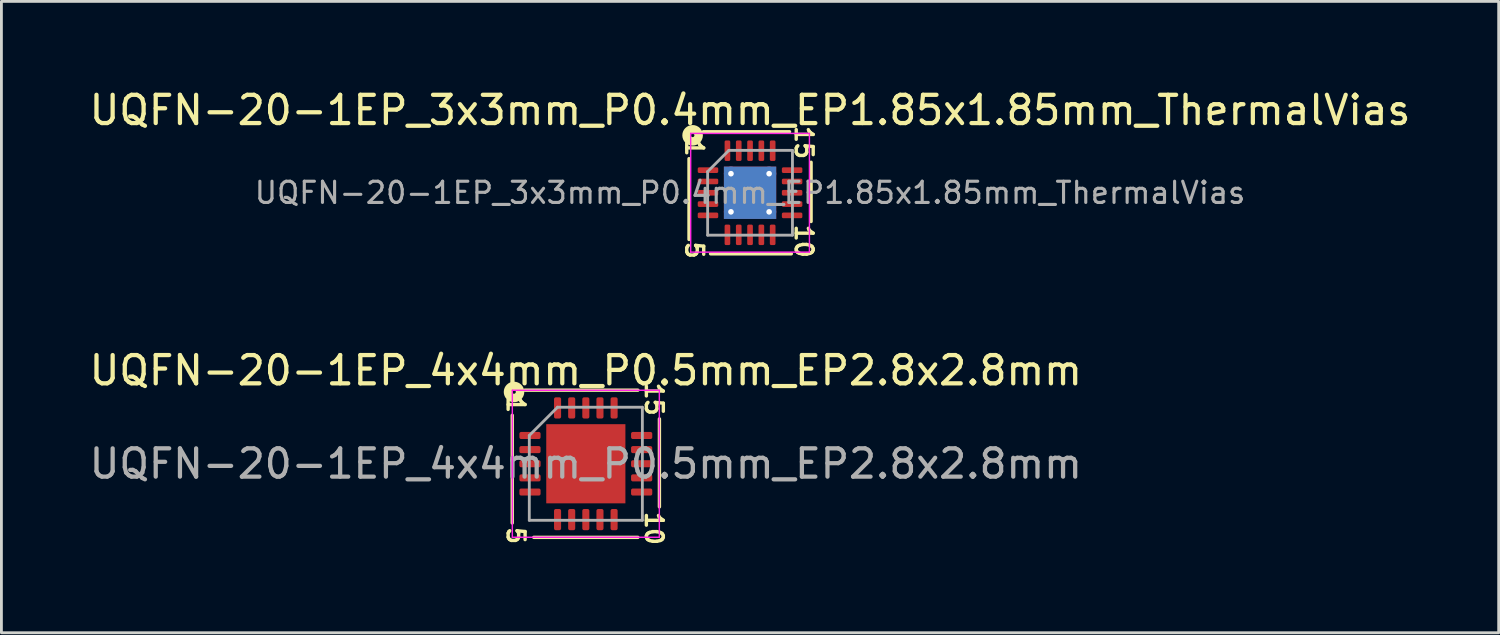
<source format=kicad_pcb>
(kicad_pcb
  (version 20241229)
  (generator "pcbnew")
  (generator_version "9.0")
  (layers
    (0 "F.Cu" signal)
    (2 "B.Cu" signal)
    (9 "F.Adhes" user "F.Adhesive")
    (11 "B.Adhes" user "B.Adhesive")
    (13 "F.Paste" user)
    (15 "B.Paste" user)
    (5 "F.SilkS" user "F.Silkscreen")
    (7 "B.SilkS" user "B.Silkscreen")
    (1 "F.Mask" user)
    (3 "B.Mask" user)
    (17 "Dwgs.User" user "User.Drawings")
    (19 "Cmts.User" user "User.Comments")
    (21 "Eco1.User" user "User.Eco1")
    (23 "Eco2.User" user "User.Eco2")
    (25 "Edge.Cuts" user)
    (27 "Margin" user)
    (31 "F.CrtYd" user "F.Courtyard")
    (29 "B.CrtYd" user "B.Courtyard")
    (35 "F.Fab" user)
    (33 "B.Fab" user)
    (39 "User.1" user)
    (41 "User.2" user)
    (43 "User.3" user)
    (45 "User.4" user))
  (footprint "UQFN-20-1EP_3x3mm_P0.4mm_EP1.85x1.85mm_ThermalVias"
    (layer "F.Cu")
    (at 23.482 3.769)
    (property "Reference" "UQFN-20-1EP_3x3mm_P0.4mm_EP1.85x1.85mm_ThermalVias" (at 0 -2.921 0) (layer "F.SilkS") (effects (font (size 1 1) (thickness 0.15))))
    (attr smd)
    (fp_line (start -2.159 -1.206) (end -2.159 1.651) (stroke (width 0.12) (type solid)) (layer "F.SilkS"))
    (fp_line (start -1.397 2.159) (end 1.46 2.159) (stroke (width 0.12) (type solid)) (layer "F.SilkS"))
    (fp_line (start 1.397 -2.159) (end -1.651 -2.159) (stroke (width 0.12) (type solid)) (layer "F.SilkS"))
    (fp_line (start 2.159 1.016) (end 2.159 -1.079) (stroke (width 0.12) (type solid)) (layer "F.SilkS"))
    (fp_circle (center -2.032 -2.032) (end -1.968 -2.032) (stroke (width 0.3) (type solid)) (fill no) (layer "F.SilkS"))
    (fp_line (start -2.1 -2.1) (end -2.1 2.1) (stroke (width 0.05) (type solid)) (layer "F.CrtYd"))
    (fp_line (start -2.1 2.1) (end 2.1 2.1) (stroke (width 0.05) (type solid)) (layer "F.CrtYd"))
    (fp_line (start 2.1 -2.1) (end -2.1 -2.1) (stroke (width 0.05) (type solid)) (layer "F.CrtYd"))
    (fp_line (start 2.1 2.1) (end 2.1 -2.1) (stroke (width 0.05) (type solid)) (layer "F.CrtYd"))
    (fp_line (start -1.5 -0.75) (end -0.75 -1.5) (stroke (width 0.1) (type solid)) (layer "F.Fab"))
    (fp_line (start -1.5 1.5) (end -1.5 -0.75) (stroke (width 0.1) (type solid)) (layer "F.Fab"))
    (fp_line (start -0.75 -1.5) (end 1.5 -1.5) (stroke (width 0.1) (type solid)) (layer "F.Fab"))
    (fp_line (start 1.5 -1.5) (end 1.5 1.5) (stroke (width 0.1) (type solid)) (layer "F.Fab"))
    (fp_line (start 1.5 1.5) (end -1.5 1.5) (stroke (width 0.1) (type solid)) (layer "F.Fab"))
    (fp_text user "1" (at -1.968 -1.587 270) (unlocked yes) (layer "F.SilkS") (effects (font (size 0.6 0.6) (thickness 0.12))))
    (fp_text user "15" (at 1.905 -1.778 270) (unlocked yes) (layer "F.SilkS") (effects (font (size 0.6 0.6) (thickness 0.12))))
    (fp_text user "5" (at -1.968 2.032 270) (unlocked yes) (layer "F.SilkS") (effects (font (size 0.6 0.6) (thickness 0.12))))
    (fp_text user "10" (at 1.905 1.714 270) (unlocked yes) (layer "F.SilkS") (effects (font (size 0.6 0.6) (thickness 0.12))))
    (fp_text user "${REFERENCE}" (at 0 0 0) (layer "F.Fab") (effects (font (size 0.75 0.75) (thickness 0.11))))
    (pad "" smd roundrect (at -0.46 -0.46) (size 0.8 0.8) (layers "F.Paste") (roundrect_rratio 0.25))
    (pad "" smd roundrect (at -0.46 0.46) (size 0.8 0.8) (layers "F.Paste") (roundrect_rratio 0.25))
    (pad "" smd roundrect (at 0.46 -0.46) (size 0.8 0.8) (layers "F.Paste") (roundrect_rratio 0.25))
    (pad "" smd roundrect (at 0.46 0.46) (size 0.8 0.8) (layers "F.Paste") (roundrect_rratio 0.25))
    (pad "1" smd roundrect (at -1.488 -0.8) (size 0.725 0.2) (layers "F.Cu" "F.Mask" "F.Paste") (roundrect_rratio 0.25))
    (pad "2" smd roundrect (at -1.488 -0.4) (size 0.725 0.2) (layers "F.Cu" "F.Mask" "F.Paste") (roundrect_rratio 0.25))
    (pad "3" smd roundrect (at -1.488 0) (size 0.725 0.2) (layers "F.Cu" "F.Mask" "F.Paste") (roundrect_rratio 0.25))
    (pad "4" smd roundrect (at -1.488 0.4) (size 0.725 0.2) (layers "F.Cu" "F.Mask" "F.Paste") (roundrect_rratio 0.25))
    (pad "5" smd roundrect (at -1.488 0.8) (size 0.725 0.2) (layers "F.Cu" "F.Mask" "F.Paste") (roundrect_rratio 0.25))
    (pad "6" smd roundrect (at -0.8 1.488) (size 0.2 0.725) (layers "F.Cu" "F.Mask" "F.Paste") (roundrect_rratio 0.25))
    (pad "7" smd roundrect (at -0.4 1.488) (size 0.2 0.725) (layers "F.Cu" "F.Mask" "F.Paste") (roundrect_rratio 0.25))
    (pad "8" smd roundrect (at 0 1.488) (size 0.2 0.725) (layers "F.Cu" "F.Mask" "F.Paste") (roundrect_rratio 0.25))
    (pad "9" smd roundrect (at 0.4 1.488) (size 0.2 0.725) (layers "F.Cu" "F.Mask" "F.Paste") (roundrect_rratio 0.25))
    (pad "10" smd roundrect (at 0.8 1.488) (size 0.2 0.725) (layers "F.Cu" "F.Mask" "F.Paste") (roundrect_rratio 0.25))
    (pad "11" smd roundrect (at 1.488 0.8) (size 0.725 0.2) (layers "F.Cu" "F.Mask" "F.Paste") (roundrect_rratio 0.25))
    (pad "12" smd roundrect (at 1.488 0.4) (size 0.725 0.2) (layers "F.Cu" "F.Mask" "F.Paste") (roundrect_rratio 0.25))
    (pad "13" smd roundrect (at 1.488 0) (size 0.725 0.2) (layers "F.Cu" "F.Mask" "F.Paste") (roundrect_rratio 0.25))
    (pad "14" smd roundrect (at 1.488 -0.4) (size 0.725 0.2) (layers "F.Cu" "F.Mask" "F.Paste") (roundrect_rratio 0.25))
    (pad "15" smd roundrect (at 1.488 -0.8) (size 0.725 0.2) (layers "F.Cu" "F.Mask" "F.Paste") (roundrect_rratio 0.25))
    (pad "16" smd roundrect (at 0.8 -1.488) (size 0.2 0.725) (layers "F.Cu" "F.Mask" "F.Paste") (roundrect_rratio 0.25))
    (pad "17" smd roundrect (at 0.4 -1.488) (size 0.2 0.725) (layers "F.Cu" "F.Mask" "F.Paste") (roundrect_rratio 0.25))
    (pad "18" smd roundrect (at 0 -1.488) (size 0.2 0.725) (layers "F.Cu" "F.Mask" "F.Paste") (roundrect_rratio 0.25))
    (pad "19" smd roundrect (at -0.4 -1.488) (size 0.2 0.725) (layers "F.Cu" "F.Mask" "F.Paste") (roundrect_rratio 0.25))
    (pad "20" smd roundrect (at -0.8 -1.488) (size 0.2 0.725) (layers "F.Cu" "F.Mask" "F.Paste") (roundrect_rratio 0.25))
    (pad "21" thru_hole circle (at -0.675 -0.675) (size 0.5 0.5) (drill 0.2) (layers "*.Cu"))
    (pad "21" thru_hole circle (at -0.675 0.675) (size 0.5 0.5) (drill 0.2) (layers "*.Cu"))
    (pad "21" smd rect (at 0 0) (size 1.85 1.85) (layers "F.Cu" "F.Mask"))
    (pad "21" smd rect (at 0 0) (size 1.85 1.85) (layers "B.Cu" "B.Mask"))
    (pad "21" thru_hole circle (at 0.675 -0.675) (size 0.5 0.5) (drill 0.2) (layers "*.Cu"))
    (pad "21" thru_hole circle (at 0.675 0.675) (size 0.5 0.5) (drill 0.2) (layers "*.Cu")))
  (footprint "UQFN-20-1EP_4x4mm_P0.5mm_EP2.8x2.8mm"
    (layer "F.Cu")
    (at 17.673 13.355)
    (property "Reference" "UQFN-20-1EP_4x4mm_P0.5mm_EP2.8x2.8mm" (at 0 -3.3 0) (layer "F.SilkS") (effects (font (size 1 1) (thickness 0.15))))
    (attr smd)
    (fp_line (start -2.603 -1.714) (end -2.603 2.095) (stroke (width 0.12) (type solid)) (layer "F.SilkS"))
    (fp_line (start -1.841 2.603) (end 1.841 2.603) (stroke (width 0.12) (type solid)) (layer "F.SilkS"))
    (fp_line (start 1.841 -2.603) (end -2.159 -2.603) (stroke (width 0.12) (type solid)) (layer "F.SilkS"))
    (fp_line (start 2.603 1.524) (end 2.603 -1.587) (stroke (width 0.12) (type solid)) (layer "F.SilkS"))
    (fp_circle (center -2.54 -2.54) (end -2.477 -2.54) (stroke (width 0.3) (type solid)) (fill no) (layer "F.SilkS"))
    (fp_line (start -2.6 -2.6) (end -2.6 2.6) (stroke (width 0.05) (type solid)) (layer "F.CrtYd"))
    (fp_line (start -2.6 2.6) (end 2.6 2.6) (stroke (width 0.05) (type solid)) (layer "F.CrtYd"))
    (fp_line (start 2.6 -2.6) (end -2.6 -2.6) (stroke (width 0.05) (type solid)) (layer "F.CrtYd"))
    (fp_line (start 2.6 2.6) (end 2.6 -2.6) (stroke (width 0.05) (type solid)) (layer "F.CrtYd"))
    (fp_line (start -2 -1) (end -1 -2) (stroke (width 0.1) (type solid)) (layer "F.Fab"))
    (fp_line (start -2 2) (end -2 -1) (stroke (width 0.1) (type solid)) (layer "F.Fab"))
    (fp_line (start -1 -2) (end 2 -2) (stroke (width 0.1) (type solid)) (layer "F.Fab"))
    (fp_line (start 2 -2) (end 2 2) (stroke (width 0.1) (type solid)) (layer "F.Fab"))
    (fp_line (start 2 2) (end -2 2) (stroke (width 0.1) (type solid)) (layer "F.Fab"))
    (fp_text user "10" (at 2.413 2.286 270) (unlocked yes) (layer "F.SilkS") (effects (font (size 0.6 0.6) (thickness 0.12))))
    (fp_text user "5" (at -2.477 2.54 270) (unlocked yes) (layer "F.SilkS") (effects (font (size 0.6 0.6) (thickness 0.12))))
    (fp_text user "15" (at 2.413 -2.286 270) (unlocked yes) (layer "F.SilkS") (effects (font (size 0.6 0.6) (thickness 0.12))))
    (fp_text user "1" (at -2.477 -2.095 270) (unlocked yes) (layer "F.SilkS") (effects (font (size 0.6 0.6) (thickness 0.12))))
    (fp_text user "${REFERENCE}" (at 0 0 0) (layer "F.Fab") (effects (font (size 1 1) (thickness 0.15))))
    (pad "" smd roundrect (at -0.7 -0.7) (size 1.13 1.13) (layers "F.Paste") (roundrect_rratio 0.221))
    (pad "" smd roundrect (at -0.7 0.7) (size 1.13 1.13) (layers "F.Paste") (roundrect_rratio 0.221))
    (pad "" smd roundrect (at 0.7 -0.7) (size 1.13 1.13) (layers "F.Paste") (roundrect_rratio 0.221))
    (pad "" smd roundrect (at 0.7 0.7) (size 1.13 1.13) (layers "F.Paste") (roundrect_rratio 0.221))
    (pad "1" smd roundrect (at -1.975 -1) (size 0.75 0.25) (layers "F.Cu" "F.Mask" "F.Paste") (roundrect_rratio 0.25))
    (pad "2" smd roundrect (at -1.975 -0.5) (size 0.75 0.25) (layers "F.Cu" "F.Mask" "F.Paste") (roundrect_rratio 0.25))
    (pad "3" smd roundrect (at -1.975 0) (size 0.75 0.25) (layers "F.Cu" "F.Mask" "F.Paste") (roundrect_rratio 0.25))
    (pad "4" smd roundrect (at -1.975 0.5) (size 0.75 0.25) (layers "F.Cu" "F.Mask" "F.Paste") (roundrect_rratio 0.25))
    (pad "5" smd roundrect (at -1.975 1) (size 0.75 0.25) (layers "F.Cu" "F.Mask" "F.Paste") (roundrect_rratio 0.25))
    (pad "6" smd roundrect (at -1 1.975) (size 0.25 0.75) (layers "F.Cu" "F.Mask" "F.Paste") (roundrect_rratio 0.25))
    (pad "7" smd roundrect (at -0.5 1.975) (size 0.25 0.75) (layers "F.Cu" "F.Mask" "F.Paste") (roundrect_rratio 0.25))
    (pad "8" smd roundrect (at 0 1.975) (size 0.25 0.75) (layers "F.Cu" "F.Mask" "F.Paste") (roundrect_rratio 0.25))
    (pad "9" smd roundrect (at 0.5 1.975) (size 0.25 0.75) (layers "F.Cu" "F.Mask" "F.Paste") (roundrect_rratio 0.25))
    (pad "10" smd roundrect (at 1 1.975) (size 0.25 0.75) (layers "F.Cu" "F.Mask" "F.Paste") (roundrect_rratio 0.25))
    (pad "11" smd roundrect (at 1.975 1) (size 0.75 0.25) (layers "F.Cu" "F.Mask" "F.Paste") (roundrect_rratio 0.25))
    (pad "12" smd roundrect (at 1.975 0.5) (size 0.75 0.25) (layers "F.Cu" "F.Mask" "F.Paste") (roundrect_rratio 0.25))
    (pad "13" smd roundrect (at 1.975 0) (size 0.75 0.25) (layers "F.Cu" "F.Mask" "F.Paste") (roundrect_rratio 0.25))
    (pad "14" smd roundrect (at 1.975 -0.5) (size 0.75 0.25) (layers "F.Cu" "F.Mask" "F.Paste") (roundrect_rratio 0.25))
    (pad "15" smd roundrect (at 1.975 -1) (size 0.75 0.25) (layers "F.Cu" "F.Mask" "F.Paste") (roundrect_rratio 0.25))
    (pad "16" smd roundrect (at 1 -1.975) (size 0.25 0.75) (layers "F.Cu" "F.Mask" "F.Paste") (roundrect_rratio 0.25))
    (pad "17" smd roundrect (at 0.5 -1.975) (size 0.25 0.75) (layers "F.Cu" "F.Mask" "F.Paste") (roundrect_rratio 0.25))
    (pad "18" smd roundrect (at 0 -1.975) (size 0.25 0.75) (layers "F.Cu" "F.Mask" "F.Paste") (roundrect_rratio 0.25))
    (pad "19" smd roundrect (at -0.5 -1.975) (size 0.25 0.75) (layers "F.Cu" "F.Mask" "F.Paste") (roundrect_rratio 0.25))
    (pad "20" smd roundrect (at -1 -1.975) (size 0.25 0.75) (layers "F.Cu" "F.Mask" "F.Paste") (roundrect_rratio 0.25))
    (pad "21" smd rect (at 0 0) (size 2.8 2.8) (layers "F.Cu" "F.Mask")))
  (gr_rect
    (start -3 -3)
    (end 49.964 19.333)
    (stroke (width 0.1) (type default))
    (fill no)
    (layer "Edge.Cuts")))
</source>
